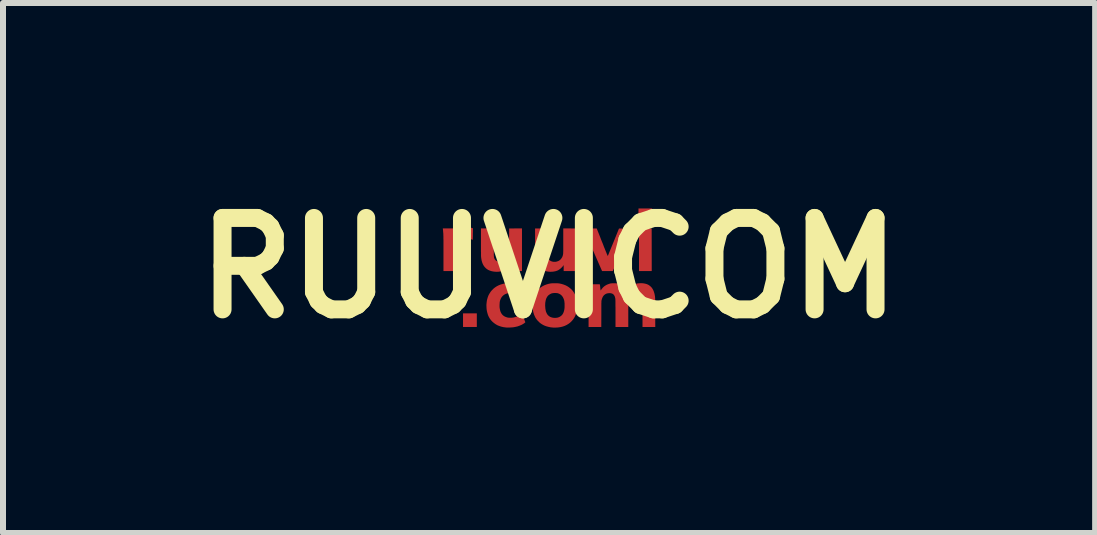
<source format=kicad_pcb>
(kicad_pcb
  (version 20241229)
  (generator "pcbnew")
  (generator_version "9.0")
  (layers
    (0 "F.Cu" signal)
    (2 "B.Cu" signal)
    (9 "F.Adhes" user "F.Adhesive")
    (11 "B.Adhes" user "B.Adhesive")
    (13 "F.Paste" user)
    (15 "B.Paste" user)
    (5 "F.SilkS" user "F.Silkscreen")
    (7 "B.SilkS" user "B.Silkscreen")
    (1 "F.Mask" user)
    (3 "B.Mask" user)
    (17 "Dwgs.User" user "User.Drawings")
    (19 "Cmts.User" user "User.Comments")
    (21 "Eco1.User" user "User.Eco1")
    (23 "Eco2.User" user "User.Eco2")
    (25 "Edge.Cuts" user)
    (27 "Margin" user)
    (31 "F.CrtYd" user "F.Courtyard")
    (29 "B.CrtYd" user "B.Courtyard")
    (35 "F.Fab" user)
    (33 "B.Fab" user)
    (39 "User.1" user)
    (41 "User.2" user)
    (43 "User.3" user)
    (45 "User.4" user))
  (footprint "RUUVICOM"
    (layer "F.Cu")
    (at 6.103 1.418)
    (property "Reference" "RUUVICOM" (at 0 0 0) (layer "F.SilkS") (effects (font (size 1.524 1.524) (thickness 0.3))))
    (attr through_hole)
    (fp_poly (pts (xy -1.204 0.983) (xy -1.434 0.983) (xy -1.434 0.756) (xy -1.204 0.756)) (stroke (width 0) (type solid)) (fill yes) (layer "F.Cu"))
    (fp_poly (pts (xy 1.605 -0.66) (xy 1.711 -0.659) (xy 1.712 0.051) (xy 1.5 0.051) (xy 1.5 -0.66)) (stroke (width 0) (type solid)) (fill yes) (layer "F.Cu"))
    (fp_poly (pts (xy 1.72 -0.894) (xy 1.72 -0.794) (xy 1.607 -0.794) (xy 1.587 -0.793) (xy 1.568 -0.793) (xy 1.551 -0.793) (xy 1.535 -0.793) (xy 1.521 -0.794) (xy 1.51 -0.794) (xy 1.501 -0.794) (xy 1.495 -0.794) (xy 1.492 -0.794) (xy 1.492 -0.794) (xy 1.492 -0.796) (xy 1.491 -0.801) (xy 1.491 -0.809) (xy 1.491 -0.82) (xy 1.491 -0.833) (xy 1.491 -0.848) (xy 1.491 -0.864) (xy 1.491 -0.882) (xy 1.491 -0.894) (xy 1.491 -0.993) (xy 1.721 -0.993)) (stroke (width 0) (type solid)) (fill yes) (layer "F.Cu"))
    (fp_poly (pts (xy -0.451 0.051) (xy -0.659 0.051) (xy -0.659 -0.05) (xy -0.667 -0.037) (xy -0.678 -0.023) (xy -0.688 -0.011) (xy -0.7 0.001) (xy -0.709 0.009) (xy -0.732 0.025) (xy -0.756 0.039) (xy -0.783 0.05) (xy -0.811 0.057) (xy -0.841 0.062) (xy -0.873 0.063) (xy -0.899 0.062) (xy -0.931 0.058) (xy -0.961 0.052) (xy -0.988 0.043) (xy -1.013 0.032) (xy -1.036 0.018) (xy -1.056 0.001) (xy -1.074 -0.018) (xy -1.09 -0.04) (xy -1.103 -0.064) (xy -1.114 -0.091) (xy -1.123 -0.121) (xy -1.129 -0.154) (xy -1.132 -0.177) (xy -1.133 -0.181) (xy -1.133 -0.186) (xy -1.133 -0.192) (xy -1.134 -0.199) (xy -1.134 -0.208) (xy -1.134 -0.218) (xy -1.134 -0.23) (xy -1.134 -0.244) (xy -1.134 -0.26) (xy -1.135 -0.279) (xy -1.135 -0.3) (xy -1.135 -0.323) (xy -1.135 -0.35) (xy -1.135 -0.379) (xy -1.135 -0.412) (xy -1.135 -0.431) (xy -1.135 -0.66) (xy -1.029 -0.66) (xy -0.923 -0.659) (xy -0.922 -0.427) (xy -0.922 -0.393) (xy -0.922 -0.362) (xy -0.922 -0.335) (xy -0.922 -0.31) (xy -0.922 -0.289) (xy -0.921 -0.27) (xy -0.921 -0.253) (xy -0.921 -0.239) (xy -0.921 -0.226) (xy -0.921 -0.215) (xy -0.92 -0.206) (xy -0.92 -0.199) (xy -0.919 -0.192) (xy -0.919 -0.187) (xy -0.918 -0.183) (xy -0.918 -0.179) (xy -0.917 -0.175) (xy -0.916 -0.172) (xy -0.915 -0.169) (xy -0.914 -0.166) (xy -0.913 -0.163) (xy -0.905 -0.147) (xy -0.896 -0.134) (xy -0.883 -0.123) (xy -0.868 -0.114) (xy -0.85 -0.107) (xy -0.848 -0.107) (xy -0.839 -0.105) (xy -0.828 -0.104) (xy -0.815 -0.104) (xy -0.802 -0.104) (xy -0.79 -0.105) (xy -0.779 -0.106) (xy -0.775 -0.107) (xy -0.756 -0.113) (xy -0.738 -0.122) (xy -0.722 -0.133) (xy -0.716 -0.138) (xy -0.703 -0.152) (xy -0.691 -0.167) (xy -0.683 -0.183) (xy -0.675 -0.201) (xy -0.671 -0.214) (xy -0.667 -0.231) (xy -0.666 -0.445) (xy -0.665 -0.659) (xy -0.558 -0.66) (xy -0.451 -0.66)) (stroke (width 0) (type solid)) (fill yes) (layer "F.Cu"))
    (fp_poly (pts (xy 0.852 -0.516) (xy 0.861 -0.492) (xy 0.871 -0.466) (xy 0.881 -0.441) (xy 0.892 -0.415) (xy 0.902 -0.39) (xy 0.911 -0.365) (xy 0.92 -0.342) (xy 0.929 -0.321) (xy 0.936 -0.302) (xy 0.943 -0.286) (xy 0.943 -0.285) (xy 0.952 -0.264) (xy 0.959 -0.246) (xy 0.965 -0.231) (xy 0.97 -0.22) (xy 0.974 -0.211) (xy 0.977 -0.205) (xy 0.979 -0.201) (xy 0.98 -0.2) (xy 0.98 -0.2) (xy 0.98 -0.202) (xy 0.983 -0.207) (xy 0.986 -0.215) (xy 0.99 -0.226) (xy 0.996 -0.239) (xy 1.002 -0.254) (xy 1.009 -0.272) (xy 1.017 -0.292) (xy 1.026 -0.313) (xy 1.035 -0.336) (xy 1.045 -0.36) (xy 1.056 -0.386) (xy 1.066 -0.412) (xy 1.074 -0.43) (xy 1.166 -0.658) (xy 1.271 -0.658) (xy 1.291 -0.658) (xy 1.309 -0.658) (xy 1.326 -0.658) (xy 1.341 -0.658) (xy 1.353 -0.658) (xy 1.363 -0.658) (xy 1.37 -0.657) (xy 1.374 -0.657) (xy 1.375 -0.657) (xy 1.375 -0.655) (xy 1.372 -0.65) (xy 1.369 -0.643) (xy 1.364 -0.632) (xy 1.359 -0.619) (xy 1.352 -0.603) (xy 1.344 -0.585) (xy 1.335 -0.565) (xy 1.325 -0.542) (xy 1.314 -0.518) (xy 1.303 -0.492) (xy 1.291 -0.465) (xy 1.278 -0.435) (xy 1.264 -0.405) (xy 1.25 -0.373) (xy 1.236 -0.341) (xy 1.221 -0.307) (xy 1.219 -0.302) (xy 1.063 0.051) (xy 0.974 0.051) (xy 0.884 0.051) (xy 0.73 -0.3) (xy 0.716 -0.334) (xy 0.701 -0.367) (xy 0.688 -0.398) (xy 0.674 -0.429) (xy 0.661 -0.458) (xy 0.649 -0.486) (xy 0.638 -0.513) (xy 0.627 -0.537) (xy 0.617 -0.56) (xy 0.608 -0.58) (xy 0.6 -0.599) (xy 0.593 -0.615) (xy 0.587 -0.629) (xy 0.583 -0.64) (xy 0.579 -0.648) (xy 0.577 -0.653) (xy 0.576 -0.655) (xy 0.576 -0.655) (xy 0.576 -0.656) (xy 0.576 -0.657) (xy 0.577 -0.657) (xy 0.579 -0.657) (xy 0.582 -0.658) (xy 0.587 -0.658) (xy 0.594 -0.658) (xy 0.602 -0.658) (xy 0.612 -0.658) (xy 0.626 -0.658) (xy 0.641 -0.659) (xy 0.66 -0.659) (xy 0.682 -0.659) (xy 0.795 -0.659)) (stroke (width 0) (type solid)) (fill yes) (layer "F.Cu"))
    (fp_poly (pts (xy 0.344 -0.66) (xy 0.451 -0.659) (xy 0.451 -0.304) (xy 0.451 0.051) (xy 0.244 0.051) (xy 0.244 0.001) (xy 0.243 -0.05) (xy 0.236 -0.038) (xy 0.226 -0.025) (xy 0.213 -0.011) (xy 0.199 0.003) (xy 0.184 0.015) (xy 0.168 0.027) (xy 0.153 0.036) (xy 0.15 0.038) (xy 0.128 0.047) (xy 0.105 0.054) (xy 0.079 0.059) (xy 0.052 0.062) (xy 0.024 0.063) (xy 0.004 0.062) (xy -0.029 0.058) (xy -0.059 0.052) (xy -0.086 0.043) (xy -0.111 0.032) (xy -0.134 0.018) (xy -0.154 0.001) (xy -0.172 -0.018) (xy -0.188 -0.04) (xy -0.201 -0.064) (xy -0.212 -0.092) (xy -0.221 -0.122) (xy -0.224 -0.137) (xy -0.225 -0.143) (xy -0.226 -0.149) (xy -0.227 -0.155) (xy -0.228 -0.161) (xy -0.229 -0.167) (xy -0.23 -0.173) (xy -0.23 -0.18) (xy -0.231 -0.188) (xy -0.231 -0.197) (xy -0.232 -0.207) (xy -0.232 -0.219) (xy -0.232 -0.232) (xy -0.232 -0.247) (xy -0.233 -0.264) (xy -0.233 -0.284) (xy -0.233 -0.306) (xy -0.233 -0.33) (xy -0.233 -0.358) (xy -0.233 -0.388) (xy -0.233 -0.422) (xy -0.233 -0.659) (xy -0.127 -0.66) (xy -0.021 -0.66) (xy -0.021 -0.431) (xy -0.021 -0.397) (xy -0.021 -0.368) (xy -0.021 -0.341) (xy -0.02 -0.317) (xy -0.02 -0.296) (xy -0.02 -0.278) (xy -0.02 -0.262) (xy -0.02 -0.248) (xy -0.02 -0.236) (xy -0.02 -0.226) (xy -0.019 -0.218) (xy -0.019 -0.211) (xy -0.019 -0.205) (xy -0.019 -0.2) (xy -0.018 -0.196) (xy -0.018 -0.193) (xy -0.018 -0.19) (xy -0.017 -0.188) (xy -0.017 -0.186) (xy -0.016 -0.184) (xy -0.012 -0.17) (xy -0.007 -0.156) (xy -0.001 -0.144) (xy 0.006 -0.135) (xy 0.01 -0.13) (xy 0.022 -0.121) (xy 0.037 -0.113) (xy 0.054 -0.107) (xy 0.072 -0.104) (xy 0.092 -0.103) (xy 0.111 -0.104) (xy 0.131 -0.108) (xy 0.139 -0.111) (xy 0.158 -0.118) (xy 0.176 -0.129) (xy 0.192 -0.143) (xy 0.205 -0.159) (xy 0.217 -0.177) (xy 0.226 -0.198) (xy 0.229 -0.207) (xy 0.23 -0.212) (xy 0.231 -0.216) (xy 0.232 -0.22) (xy 0.233 -0.225) (xy 0.234 -0.23) (xy 0.235 -0.235) (xy 0.235 -0.242) (xy 0.236 -0.25) (xy 0.236 -0.259) (xy 0.236 -0.27) (xy 0.237 -0.282) (xy 0.237 -0.296) (xy 0.237 -0.313) (xy 0.237 -0.332) (xy 0.237 -0.353) (xy 0.237 -0.377) (xy 0.237 -0.405) (xy 0.237 -0.435) (xy 0.237 -0.457) (xy 0.237 -0.66)) (stroke (width 0) (type solid)) (fill yes) (layer "F.Cu"))
    (fp_poly (pts (xy -1.333 -0.675) (xy -1.324 -0.675) (xy -1.317 -0.675) (xy -1.311 -0.674) (xy -1.305 -0.673) (xy -1.299 -0.671) (xy -1.296 -0.671) (xy -1.288 -0.668) (xy -1.281 -0.666) (xy -1.276 -0.665) (xy -1.274 -0.664) (xy -1.269 -0.662) (xy -1.269 -0.608) (xy -1.269 -0.592) (xy -1.27 -0.574) (xy -1.27 -0.556) (xy -1.27 -0.539) (xy -1.27 -0.523) (xy -1.271 -0.512) (xy -1.271 -0.498) (xy -1.271 -0.488) (xy -1.272 -0.48) (xy -1.272 -0.475) (xy -1.273 -0.472) (xy -1.273 -0.47) (xy -1.274 -0.47) (xy -1.275 -0.47) (xy -1.284 -0.474) (xy -1.295 -0.478) (xy -1.308 -0.482) (xy -1.321 -0.485) (xy -1.333 -0.488) (xy -1.342 -0.49) (xy -1.362 -0.492) (xy -1.383 -0.492) (xy -1.404 -0.49) (xy -1.424 -0.487) (xy -1.442 -0.483) (xy -1.453 -0.479) (xy -1.473 -0.469) (xy -1.491 -0.456) (xy -1.507 -0.441) (xy -1.52 -0.423) (xy -1.531 -0.403) (xy -1.539 -0.38) (xy -1.543 -0.367) (xy -1.543 -0.365) (xy -1.544 -0.362) (xy -1.544 -0.359) (xy -1.545 -0.356) (xy -1.545 -0.352) (xy -1.545 -0.348) (xy -1.545 -0.342) (xy -1.546 -0.335) (xy -1.546 -0.327) (xy -1.546 -0.317) (xy -1.546 -0.304) (xy -1.546 -0.29) (xy -1.546 -0.274) (xy -1.547 -0.255) (xy -1.547 -0.234) (xy -1.547 -0.209) (xy -1.547 -0.181) (xy -1.547 -0.15) (xy -1.547 -0.15) (xy -1.547 0.051) (xy -1.76 0.051) (xy -1.76 -0.226) (xy -1.76 -0.262) (xy -1.76 -0.297) (xy -1.76 -0.33) (xy -1.76 -0.362) (xy -1.76 -0.392) (xy -1.76 -0.42) (xy -1.76 -0.445) (xy -1.76 -0.468) (xy -1.761 -0.489) (xy -1.761 -0.507) (xy -1.761 -0.522) (xy -1.761 -0.534) (xy -1.762 -0.543) (xy -1.762 -0.545) (xy -1.762 -0.562) (xy -1.763 -0.58) (xy -1.765 -0.598) (xy -1.766 -0.614) (xy -1.767 -0.629) (xy -1.769 -0.642) (xy -1.77 -0.652) (xy -1.771 -0.66) (xy -1.672 -0.66) (xy -1.653 -0.66) (xy -1.636 -0.66) (xy -1.62 -0.66) (xy -1.606 -0.66) (xy -1.594 -0.66) (xy -1.584 -0.66) (xy -1.577 -0.659) (xy -1.572 -0.659) (xy -1.572 -0.659) (xy -1.571 -0.657) (xy -1.57 -0.652) (xy -1.569 -0.644) (xy -1.568 -0.634) (xy -1.567 -0.622) (xy -1.565 -0.609) (xy -1.564 -0.603) (xy -1.563 -0.589) (xy -1.561 -0.576) (xy -1.56 -0.565) (xy -1.559 -0.556) (xy -1.558 -0.549) (xy -1.557 -0.545) (xy -1.557 -0.544) (xy -1.556 -0.543) (xy -1.555 -0.544) (xy -1.553 -0.547) (xy -1.55 -0.553) (xy -1.546 -0.559) (xy -1.537 -0.576) (xy -1.527 -0.591) (xy -1.515 -0.604) (xy -1.505 -0.614) (xy -1.485 -0.632) (xy -1.462 -0.647) (xy -1.436 -0.659) (xy -1.409 -0.668) (xy -1.393 -0.672) (xy -1.386 -0.673) (xy -1.379 -0.674) (xy -1.37 -0.675) (xy -1.359 -0.675) (xy -1.346 -0.675)) (stroke (width 0) (type solid)) (fill yes) (layer "F.Cu"))
    (fp_poly (pts (xy -0.652 0.254) (xy -0.631 0.254) (xy -0.613 0.255) (xy -0.597 0.257) (xy -0.582 0.259) (xy -0.566 0.262) (xy -0.548 0.267) (xy -0.545 0.267) (xy -0.519 0.275) (xy -0.493 0.284) (xy -0.469 0.294) (xy -0.447 0.305) (xy -0.426 0.317) (xy -0.409 0.329) (xy -0.405 0.333) (xy -0.395 0.341) (xy -0.422 0.413) (xy -0.428 0.428) (xy -0.434 0.442) (xy -0.438 0.455) (xy -0.443 0.466) (xy -0.446 0.475) (xy -0.449 0.482) (xy -0.45 0.486) (xy -0.451 0.487) (xy -0.452 0.487) (xy -0.455 0.486) (xy -0.458 0.484) (xy -0.478 0.469) (xy -0.501 0.456) (xy -0.525 0.444) (xy -0.551 0.434) (xy -0.576 0.426) (xy -0.601 0.421) (xy -0.61 0.419) (xy -0.624 0.418) (xy -0.639 0.418) (xy -0.655 0.418) (xy -0.671 0.419) (xy -0.685 0.421) (xy -0.697 0.424) (xy -0.698 0.424) (xy -0.72 0.431) (xy -0.739 0.44) (xy -0.756 0.451) (xy -0.773 0.466) (xy -0.777 0.47) (xy -0.79 0.486) (xy -0.801 0.504) (xy -0.81 0.524) (xy -0.818 0.547) (xy -0.82 0.557) (xy -0.822 0.568) (xy -0.823 0.582) (xy -0.824 0.597) (xy -0.825 0.614) (xy -0.825 0.63) (xy -0.825 0.646) (xy -0.824 0.661) (xy -0.822 0.673) (xy -0.817 0.7) (xy -0.81 0.725) (xy -0.8 0.747) (xy -0.788 0.767) (xy -0.773 0.784) (xy -0.756 0.798) (xy -0.736 0.81) (xy -0.714 0.819) (xy -0.69 0.826) (xy -0.678 0.828) (xy -0.662 0.829) (xy -0.646 0.829) (xy -0.628 0.829) (xy -0.612 0.828) (xy -0.597 0.826) (xy -0.591 0.825) (xy -0.559 0.816) (xy -0.527 0.805) (xy -0.497 0.79) (xy -0.469 0.772) (xy -0.458 0.764) (xy -0.452 0.759) (xy -0.45 0.763) (xy -0.449 0.766) (xy -0.447 0.771) (xy -0.443 0.779) (xy -0.44 0.789) (xy -0.435 0.801) (xy -0.43 0.815) (xy -0.424 0.83) (xy -0.421 0.836) (xy -0.395 0.905) (xy -0.402 0.911) (xy -0.41 0.918) (xy -0.421 0.926) (xy -0.433 0.933) (xy -0.446 0.941) (xy -0.46 0.948) (xy -0.462 0.949) (xy -0.493 0.962) (xy -0.527 0.974) (xy -0.563 0.982) (xy -0.595 0.988) (xy -0.606 0.989) (xy -0.619 0.99) (xy -0.635 0.991) (xy -0.651 0.992) (xy -0.668 0.992) (xy -0.685 0.993) (xy -0.7 0.992) (xy -0.713 0.992) (xy -0.721 0.991) (xy -0.759 0.986) (xy -0.795 0.978) (xy -0.829 0.967) (xy -0.861 0.954) (xy -0.89 0.937) (xy -0.917 0.918) (xy -0.942 0.897) (xy -0.965 0.873) (xy -0.985 0.847) (xy -0.986 0.846) (xy -0.994 0.832) (xy -1.003 0.816) (xy -1.011 0.8) (xy -1.018 0.783) (xy -1.019 0.78) (xy -1.028 0.75) (xy -1.036 0.718) (xy -1.041 0.684) (xy -1.043 0.65) (xy -1.044 0.615) (xy -1.041 0.58) (xy -1.037 0.547) (xy -1.031 0.52) (xy -1.021 0.486) (xy -1.008 0.453) (xy -0.991 0.423) (xy -0.973 0.395) (xy -0.951 0.369) (xy -0.927 0.345) (xy -0.901 0.324) (xy -0.872 0.305) (xy -0.841 0.289) (xy -0.808 0.276) (xy -0.774 0.266) (xy -0.763 0.263) (xy -0.744 0.259) (xy -0.726 0.257) (xy -0.707 0.255) (xy -0.687 0.254) (xy -0.665 0.253)) (stroke (width 0) (type solid)) (fill yes) (layer "F.Cu"))
    (fp_poly (pts (xy 0.116 0.254) (xy 0.131 0.254) (xy 0.144 0.255) (xy 0.156 0.256) (xy 0.167 0.257) (xy 0.178 0.259) (xy 0.189 0.261) (xy 0.201 0.264) (xy 0.207 0.265) (xy 0.24 0.275) (xy 0.272 0.287) (xy 0.302 0.302) (xy 0.33 0.32) (xy 0.355 0.34) (xy 0.379 0.362) (xy 0.399 0.386) (xy 0.418 0.415) (xy 0.434 0.445) (xy 0.448 0.477) (xy 0.458 0.512) (xy 0.466 0.548) (xy 0.467 0.556) (xy 0.468 0.567) (xy 0.469 0.581) (xy 0.47 0.597) (xy 0.47 0.614) (xy 0.47 0.631) (xy 0.47 0.649) (xy 0.469 0.664) (xy 0.468 0.678) (xy 0.467 0.69) (xy 0.467 0.69) (xy 0.46 0.727) (xy 0.451 0.76) (xy 0.439 0.792) (xy 0.425 0.821) (xy 0.408 0.848) (xy 0.397 0.863) (xy 0.375 0.888) (xy 0.351 0.911) (xy 0.324 0.931) (xy 0.296 0.948) (xy 0.265 0.963) (xy 0.232 0.975) (xy 0.196 0.984) (xy 0.159 0.99) (xy 0.145 0.991) (xy 0.138 0.992) (xy 0.128 0.992) (xy 0.116 0.993) (xy 0.103 0.993) (xy 0.09 0.993) (xy 0.078 0.993) (xy 0.068 0.993) (xy 0.06 0.992) (xy 0.058 0.992) (xy 0.023 0.988) (xy -0.01 0.981) (xy -0.04 0.973) (xy -0.069 0.963) (xy -0.095 0.951) (xy -0.121 0.936) (xy -0.146 0.919) (xy -0.158 0.909) (xy -0.17 0.897) (xy -0.183 0.884) (xy -0.196 0.871) (xy -0.206 0.858) (xy -0.211 0.851) (xy -0.227 0.827) (xy -0.24 0.8) (xy -0.252 0.771) (xy -0.261 0.74) (xy -0.269 0.708) (xy -0.273 0.679) (xy -0.274 0.669) (xy -0.274 0.656) (xy -0.275 0.641) (xy -0.275 0.628) (xy -0.065 0.628) (xy -0.063 0.653) (xy -0.061 0.678) (xy -0.057 0.701) (xy -0.053 0.721) (xy -0.05 0.729) (xy -0.041 0.751) (xy -0.03 0.771) (xy -0.016 0.788) (xy -0.000167 0.802) (xy 0.018 0.814) (xy 0.038 0.822) (xy 0.061 0.828) (xy 0.073 0.83) (xy 0.085 0.831) (xy 0.099 0.831) (xy 0.114 0.831) (xy 0.128 0.829) (xy 0.139 0.828) (xy 0.161 0.821) (xy 0.18 0.812) (xy 0.198 0.8) (xy 0.214 0.786) (xy 0.227 0.769) (xy 0.238 0.749) (xy 0.246 0.727) (xy 0.249 0.718) (xy 0.252 0.705) (xy 0.255 0.693) (xy 0.256 0.682) (xy 0.258 0.67) (xy 0.259 0.657) (xy 0.259 0.642) (xy 0.259 0.624) (xy 0.259 0.624) (xy 0.259 0.605) (xy 0.259 0.588) (xy 0.257 0.573) (xy 0.256 0.56) (xy 0.254 0.548) (xy 0.251 0.535) (xy 0.249 0.528) (xy 0.24 0.505) (xy 0.23 0.485) (xy 0.217 0.466) (xy 0.202 0.451) (xy 0.185 0.438) (xy 0.166 0.428) (xy 0.165 0.428) (xy 0.156 0.424) (xy 0.147 0.421) (xy 0.138 0.419) (xy 0.128 0.418) (xy 0.117 0.417) (xy 0.103 0.417) (xy 0.098 0.417) (xy 0.083 0.417) (xy 0.07 0.418) (xy 0.058 0.42) (xy 0.048 0.422) (xy 0.038 0.425) (xy 0.028 0.43) (xy 0.022 0.433) (xy 0.004 0.444) (xy -0.013 0.457) (xy -0.026 0.472) (xy -0.038 0.491) (xy -0.048 0.512) (xy -0.055 0.535) (xy -0.059 0.556) (xy -0.063 0.579) (xy -0.064 0.603) (xy -0.065 0.628) (xy -0.275 0.628) (xy -0.275 0.625) (xy -0.275 0.61) (xy -0.275 0.595) (xy -0.274 0.581) (xy -0.273 0.57) (xy -0.273 0.566) (xy -0.267 0.528) (xy -0.258 0.493) (xy -0.246 0.46) (xy -0.232 0.43) (xy -0.215 0.401) (xy -0.195 0.375) (xy -0.173 0.351) (xy -0.147 0.329) (xy -0.129 0.317) (xy -0.102 0.3) (xy -0.072 0.285) (xy -0.042 0.274) (xy -0.009 0.264) (xy 0.022 0.258) (xy 0.029 0.257) (xy 0.036 0.256) (xy 0.043 0.255) (xy 0.051 0.255) (xy 0.06 0.254) (xy 0.07 0.254) (xy 0.084 0.254) (xy 0.097 0.254)) (stroke (width 0) (type solid)) (fill yes) (layer "F.Cu"))
    (fp_poly (pts (xy 1.557 0.254) (xy 1.57 0.255) (xy 1.57 0.255) (xy 1.599 0.26) (xy 1.625 0.267) (xy 1.65 0.277) (xy 1.671 0.29) (xy 1.691 0.306) (xy 1.709 0.324) (xy 1.724 0.345) (xy 1.735 0.365) (xy 1.744 0.384) (xy 1.751 0.406) (xy 1.758 0.429) (xy 1.763 0.455) (xy 1.766 0.473) (xy 1.767 0.476) (xy 1.767 0.479) (xy 1.767 0.483) (xy 1.768 0.488) (xy 1.768 0.493) (xy 1.768 0.5) (xy 1.769 0.508) (xy 1.769 0.517) (xy 1.769 0.528) (xy 1.769 0.541) (xy 1.769 0.556) (xy 1.769 0.572) (xy 1.769 0.592) (xy 1.77 0.614) (xy 1.77 0.638) (xy 1.77 0.666) (xy 1.77 0.697) (xy 1.77 0.731) (xy 1.77 0.738) (xy 1.771 0.983) (xy 1.558 0.983) (xy 1.558 0.759) (xy 1.558 0.723) (xy 1.558 0.69) (xy 1.558 0.659) (xy 1.558 0.632) (xy 1.558 0.607) (xy 1.557 0.585) (xy 1.557 0.565) (xy 1.557 0.55) (xy 1.557 0.537) (xy 1.557 0.527) (xy 1.556 0.521) (xy 1.556 0.52) (xy 1.552 0.497) (xy 1.547 0.478) (xy 1.54 0.461) (xy 1.53 0.447) (xy 1.519 0.437) (xy 1.507 0.429) (xy 1.495 0.424) (xy 1.483 0.421) (xy 1.471 0.42) (xy 1.455 0.419) (xy 1.454 0.419) (xy 1.433 0.421) (xy 1.414 0.425) (xy 1.397 0.432) (xy 1.381 0.442) (xy 1.371 0.45) (xy 1.357 0.465) (xy 1.345 0.482) (xy 1.336 0.501) (xy 1.328 0.523) (xy 1.325 0.534) (xy 1.325 0.536) (xy 1.324 0.539) (xy 1.324 0.541) (xy 1.324 0.544) (xy 1.323 0.548) (xy 1.323 0.552) (xy 1.323 0.558) (xy 1.322 0.565) (xy 1.322 0.573) (xy 1.322 0.582) (xy 1.322 0.594) (xy 1.322 0.607) (xy 1.322 0.623) (xy 1.322 0.641) (xy 1.321 0.662) (xy 1.321 0.685) (xy 1.321 0.712) (xy 1.321 0.741) (xy 1.321 0.766) (xy 1.321 0.983) (xy 1.108 0.983) (xy 1.108 0.752) (xy 1.108 0.718) (xy 1.108 0.688) (xy 1.108 0.661) (xy 1.107 0.637) (xy 1.107 0.616) (xy 1.107 0.597) (xy 1.107 0.581) (xy 1.107 0.567) (xy 1.107 0.555) (xy 1.107 0.545) (xy 1.106 0.536) (xy 1.106 0.529) (xy 1.106 0.523) (xy 1.106 0.518) (xy 1.105 0.514) (xy 1.105 0.511) (xy 1.105 0.508) (xy 1.104 0.506) (xy 1.104 0.506) (xy 1.099 0.485) (xy 1.093 0.468) (xy 1.084 0.453) (xy 1.075 0.442) (xy 1.063 0.432) (xy 1.05 0.426) (xy 1.047 0.425) (xy 1.029 0.42) (xy 1.01 0.419) (xy 0.99 0.42) (xy 0.971 0.423) (xy 0.952 0.429) (xy 0.936 0.438) (xy 0.933 0.44) (xy 0.919 0.451) (xy 0.906 0.465) (xy 0.896 0.481) (xy 0.887 0.5) (xy 0.88 0.521) (xy 0.876 0.536) (xy 0.875 0.539) (xy 0.875 0.542) (xy 0.874 0.544) (xy 0.874 0.548) (xy 0.874 0.551) (xy 0.873 0.556) (xy 0.873 0.562) (xy 0.873 0.569) (xy 0.873 0.577) (xy 0.872 0.587) (xy 0.872 0.598) (xy 0.872 0.612) (xy 0.872 0.628) (xy 0.872 0.646) (xy 0.872 0.667) (xy 0.872 0.691) (xy 0.872 0.718) (xy 0.872 0.748) (xy 0.872 0.768) (xy 0.871 0.983) (xy 0.659 0.983) (xy 0.659 0.701) (xy 0.659 0.659) (xy 0.659 0.62) (xy 0.658 0.585) (xy 0.658 0.552) (xy 0.658 0.522) (xy 0.658 0.495) (xy 0.658 0.47) (xy 0.658 0.448) (xy 0.657 0.428) (xy 0.657 0.409) (xy 0.657 0.393) (xy 0.656 0.378) (xy 0.656 0.364) (xy 0.655 0.352) (xy 0.655 0.341) (xy 0.654 0.331) (xy 0.653 0.321) (xy 0.652 0.312) (xy 0.652 0.303) (xy 0.651 0.296) (xy 0.65 0.287) (xy 0.649 0.28) (xy 0.648 0.275) (xy 0.648 0.272) (xy 0.648 0.272) (xy 0.65 0.272) (xy 0.655 0.272) (xy 0.662 0.271) (xy 0.673 0.271) (xy 0.686 0.271) (xy 0.7 0.271) (xy 0.717 0.271) (xy 0.734 0.271) (xy 0.748 0.271) (xy 0.766 0.271) (xy 0.784 0.271) (xy 0.8 0.271) (xy 0.814 0.271) (xy 0.826 0.271) (xy 0.836 0.272) (xy 0.843 0.272) (xy 0.847 0.272) (xy 0.848 0.272) (xy 0.848 0.274) (xy 0.849 0.279) (xy 0.849 0.287) (xy 0.851 0.297) (xy 0.852 0.309) (xy 0.853 0.321) (xy 0.854 0.326) (xy 0.855 0.341) (xy 0.857 0.353) (xy 0.858 0.363) (xy 0.859 0.369) (xy 0.86 0.373) (xy 0.861 0.375) (xy 0.861 0.374) (xy 0.878 0.35) (xy 0.896 0.328) (xy 0.917 0.308) (xy 0.94 0.292) (xy 0.965 0.278) (xy 0.993 0.267) (xy 1.022 0.258) (xy 1.028 0.257) (xy 1.037 0.256) (xy 1.049 0.255) (xy 1.063 0.254) (xy 1.078 0.254) (xy 1.093 0.254) (xy 1.108 0.254) (xy 1.122 0.255) (xy 1.133 0.256) (xy 1.14 0.257) (xy 1.168 0.264) (xy 1.193 0.274) (xy 1.215 0.287) (xy 1.236 0.302) (xy 1.254 0.32) (xy 1.27 0.341) (xy 1.284 0.364) (xy 1.286 0.368) (xy 1.294 0.384) (xy 1.303 0.371) (xy 1.321 0.347) (xy 1.342 0.326) (xy 1.365 0.306) (xy 1.39 0.29) (xy 1.417 0.276) (xy 1.446 0.265) (xy 1.471 0.258) (xy 1.482 0.256) (xy 1.496 0.255) (xy 1.511 0.254) (xy 1.527 0.253) (xy 1.543 0.253)) (stroke (width 0) (type solid)) (fill yes) (layer "F.Cu"))
    (fp_poly (pts (xy -1.204 0.983) (xy -1.434 0.983) (xy -1.434 0.756) (xy -1.204 0.756)) (stroke (width 0) (type solid)) (fill yes) (layer "F.Mask"))
    (fp_poly (pts (xy 1.605 -0.66) (xy 1.711 -0.659) (xy 1.712 0.051) (xy 1.5 0.051) (xy 1.5 -0.66)) (stroke (width 0) (type solid)) (fill yes) (layer "F.Mask"))
    (fp_poly (pts (xy 1.72 -0.894) (xy 1.72 -0.794) (xy 1.607 -0.794) (xy 1.587 -0.793) (xy 1.568 -0.793) (xy 1.551 -0.793) (xy 1.535 -0.793) (xy 1.521 -0.794) (xy 1.51 -0.794) (xy 1.501 -0.794) (xy 1.495 -0.794) (xy 1.492 -0.794) (xy 1.492 -0.794) (xy 1.492 -0.796) (xy 1.491 -0.801) (xy 1.491 -0.809) (xy 1.491 -0.82) (xy 1.491 -0.833) (xy 1.491 -0.848) (xy 1.491 -0.864) (xy 1.491 -0.882) (xy 1.491 -0.894) (xy 1.491 -0.993) (xy 1.721 -0.993)) (stroke (width 0) (type solid)) (fill yes) (layer "F.Mask"))
    (fp_poly (pts (xy -0.451 0.051) (xy -0.659 0.051) (xy -0.659 -0.05) (xy -0.667 -0.037) (xy -0.678 -0.023) (xy -0.688 -0.011) (xy -0.7 0.001) (xy -0.709 0.009) (xy -0.732 0.025) (xy -0.756 0.039) (xy -0.783 0.05) (xy -0.811 0.057) (xy -0.841 0.062) (xy -0.873 0.063) (xy -0.899 0.062) (xy -0.931 0.058) (xy -0.961 0.052) (xy -0.988 0.043) (xy -1.013 0.032) (xy -1.036 0.018) (xy -1.056 0.001) (xy -1.074 -0.018) (xy -1.09 -0.04) (xy -1.103 -0.064) (xy -1.114 -0.091) (xy -1.123 -0.121) (xy -1.129 -0.154) (xy -1.132 -0.177) (xy -1.133 -0.181) (xy -1.133 -0.186) (xy -1.133 -0.192) (xy -1.134 -0.199) (xy -1.134 -0.208) (xy -1.134 -0.218) (xy -1.134 -0.23) (xy -1.134 -0.244) (xy -1.134 -0.26) (xy -1.135 -0.279) (xy -1.135 -0.3) (xy -1.135 -0.323) (xy -1.135 -0.35) (xy -1.135 -0.379) (xy -1.135 -0.412) (xy -1.135 -0.431) (xy -1.135 -0.66) (xy -1.029 -0.66) (xy -0.923 -0.659) (xy -0.922 -0.427) (xy -0.922 -0.393) (xy -0.922 -0.362) (xy -0.922 -0.335) (xy -0.922 -0.31) (xy -0.922 -0.289) (xy -0.921 -0.27) (xy -0.921 -0.253) (xy -0.921 -0.239) (xy -0.921 -0.226) (xy -0.921 -0.215) (xy -0.92 -0.206) (xy -0.92 -0.199) (xy -0.919 -0.192) (xy -0.919 -0.187) (xy -0.918 -0.183) (xy -0.918 -0.179) (xy -0.917 -0.175) (xy -0.916 -0.172) (xy -0.915 -0.169) (xy -0.914 -0.166) (xy -0.913 -0.163) (xy -0.905 -0.147) (xy -0.896 -0.134) (xy -0.883 -0.123) (xy -0.868 -0.114) (xy -0.85 -0.107) (xy -0.848 -0.107) (xy -0.839 -0.105) (xy -0.828 -0.104) (xy -0.815 -0.104) (xy -0.802 -0.104) (xy -0.79 -0.105) (xy -0.779 -0.106) (xy -0.775 -0.107) (xy -0.756 -0.113) (xy -0.738 -0.122) (xy -0.722 -0.133) (xy -0.716 -0.138) (xy -0.703 -0.152) (xy -0.691 -0.167) (xy -0.683 -0.183) (xy -0.675 -0.201) (xy -0.671 -0.214) (xy -0.667 -0.231) (xy -0.666 -0.445) (xy -0.665 -0.659) (xy -0.558 -0.66) (xy -0.451 -0.66)) (stroke (width 0) (type solid)) (fill yes) (layer "F.Mask"))
    (fp_poly (pts (xy 0.852 -0.516) (xy 0.861 -0.492) (xy 0.871 -0.466) (xy 0.881 -0.441) (xy 0.892 -0.415) (xy 0.902 -0.39) (xy 0.911 -0.365) (xy 0.92 -0.342) (xy 0.929 -0.321) (xy 0.936 -0.302) (xy 0.943 -0.286) (xy 0.943 -0.285) (xy 0.952 -0.264) (xy 0.959 -0.246) (xy 0.965 -0.231) (xy 0.97 -0.22) (xy 0.974 -0.211) (xy 0.977 -0.205) (xy 0.979 -0.201) (xy 0.98 -0.2) (xy 0.98 -0.2) (xy 0.98 -0.202) (xy 0.983 -0.207) (xy 0.986 -0.215) (xy 0.99 -0.226) (xy 0.996 -0.239) (xy 1.002 -0.254) (xy 1.009 -0.272) (xy 1.017 -0.292) (xy 1.026 -0.313) (xy 1.035 -0.336) (xy 1.045 -0.36) (xy 1.056 -0.386) (xy 1.066 -0.412) (xy 1.074 -0.43) (xy 1.166 -0.658) (xy 1.271 -0.658) (xy 1.291 -0.658) (xy 1.309 -0.658) (xy 1.326 -0.658) (xy 1.341 -0.658) (xy 1.353 -0.658) (xy 1.363 -0.658) (xy 1.37 -0.657) (xy 1.374 -0.657) (xy 1.375 -0.657) (xy 1.375 -0.655) (xy 1.372 -0.65) (xy 1.369 -0.643) (xy 1.364 -0.632) (xy 1.359 -0.619) (xy 1.352 -0.603) (xy 1.344 -0.585) (xy 1.335 -0.565) (xy 1.325 -0.542) (xy 1.314 -0.518) (xy 1.303 -0.492) (xy 1.291 -0.465) (xy 1.278 -0.435) (xy 1.264 -0.405) (xy 1.25 -0.373) (xy 1.236 -0.341) (xy 1.221 -0.307) (xy 1.219 -0.302) (xy 1.063 0.051) (xy 0.974 0.051) (xy 0.884 0.051) (xy 0.73 -0.3) (xy 0.716 -0.334) (xy 0.701 -0.367) (xy 0.688 -0.398) (xy 0.674 -0.429) (xy 0.661 -0.458) (xy 0.649 -0.486) (xy 0.638 -0.513) (xy 0.627 -0.537) (xy 0.617 -0.56) (xy 0.608 -0.58) (xy 0.6 -0.599) (xy 0.593 -0.615) (xy 0.587 -0.629) (xy 0.583 -0.64) (xy 0.579 -0.648) (xy 0.577 -0.653) (xy 0.576 -0.655) (xy 0.576 -0.655) (xy 0.576 -0.656) (xy 0.576 -0.657) (xy 0.577 -0.657) (xy 0.579 -0.657) (xy 0.582 -0.658) (xy 0.587 -0.658) (xy 0.594 -0.658) (xy 0.602 -0.658) (xy 0.612 -0.658) (xy 0.626 -0.658) (xy 0.641 -0.659) (xy 0.66 -0.659) (xy 0.682 -0.659) (xy 0.795 -0.659)) (stroke (width 0) (type solid)) (fill yes) (layer "F.Mask"))
    (fp_poly (pts (xy 0.344 -0.66) (xy 0.451 -0.659) (xy 0.451 -0.304) (xy 0.451 0.051) (xy 0.244 0.051) (xy 0.244 0.001) (xy 0.243 -0.05) (xy 0.236 -0.038) (xy 0.226 -0.025) (xy 0.213 -0.011) (xy 0.199 0.003) (xy 0.184 0.015) (xy 0.168 0.027) (xy 0.153 0.036) (xy 0.15 0.038) (xy 0.128 0.047) (xy 0.105 0.054) (xy 0.079 0.059) (xy 0.052 0.062) (xy 0.024 0.063) (xy 0.004 0.062) (xy -0.029 0.058) (xy -0.059 0.052) (xy -0.086 0.043) (xy -0.111 0.032) (xy -0.134 0.018) (xy -0.154 0.001) (xy -0.172 -0.018) (xy -0.188 -0.04) (xy -0.201 -0.064) (xy -0.212 -0.092) (xy -0.221 -0.122) (xy -0.224 -0.137) (xy -0.225 -0.143) (xy -0.226 -0.149) (xy -0.227 -0.155) (xy -0.228 -0.161) (xy -0.229 -0.167) (xy -0.23 -0.173) (xy -0.23 -0.18) (xy -0.231 -0.188) (xy -0.231 -0.197) (xy -0.232 -0.207) (xy -0.232 -0.219) (xy -0.232 -0.232) (xy -0.232 -0.247) (xy -0.233 -0.264) (xy -0.233 -0.284) (xy -0.233 -0.306) (xy -0.233 -0.33) (xy -0.233 -0.358) (xy -0.233 -0.388) (xy -0.233 -0.422) (xy -0.233 -0.659) (xy -0.127 -0.66) (xy -0.021 -0.66) (xy -0.021 -0.431) (xy -0.021 -0.397) (xy -0.021 -0.368) (xy -0.021 -0.341) (xy -0.02 -0.317) (xy -0.02 -0.296) (xy -0.02 -0.278) (xy -0.02 -0.262) (xy -0.02 -0.248) (xy -0.02 -0.236) (xy -0.02 -0.226) (xy -0.019 -0.218) (xy -0.019 -0.211) (xy -0.019 -0.205) (xy -0.019 -0.2) (xy -0.018 -0.196) (xy -0.018 -0.193) (xy -0.018 -0.19) (xy -0.017 -0.188) (xy -0.017 -0.186) (xy -0.016 -0.184) (xy -0.012 -0.17) (xy -0.007 -0.156) (xy -0.001 -0.144) (xy 0.006 -0.135) (xy 0.01 -0.13) (xy 0.022 -0.121) (xy 0.037 -0.113) (xy 0.054 -0.107) (xy 0.072 -0.104) (xy 0.092 -0.103) (xy 0.111 -0.104) (xy 0.131 -0.108) (xy 0.139 -0.111) (xy 0.158 -0.118) (xy 0.176 -0.129) (xy 0.192 -0.143) (xy 0.205 -0.159) (xy 0.217 -0.177) (xy 0.226 -0.198) (xy 0.229 -0.207) (xy 0.23 -0.212) (xy 0.231 -0.216) (xy 0.232 -0.22) (xy 0.233 -0.225) (xy 0.234 -0.23) (xy 0.235 -0.235) (xy 0.235 -0.242) (xy 0.236 -0.25) (xy 0.236 -0.259) (xy 0.236 -0.27) (xy 0.237 -0.282) (xy 0.237 -0.296) (xy 0.237 -0.313) (xy 0.237 -0.332) (xy 0.237 -0.353) (xy 0.237 -0.377) (xy 0.237 -0.405) (xy 0.237 -0.435) (xy 0.237 -0.457) (xy 0.237 -0.66)) (stroke (width 0) (type solid)) (fill yes) (layer "F.Mask"))
    (fp_poly (pts (xy -1.333 -0.675) (xy -1.324 -0.675) (xy -1.317 -0.675) (xy -1.311 -0.674) (xy -1.305 -0.673) (xy -1.299 -0.671) (xy -1.296 -0.671) (xy -1.288 -0.668) (xy -1.281 -0.666) (xy -1.276 -0.665) (xy -1.274 -0.664) (xy -1.269 -0.662) (xy -1.269 -0.608) (xy -1.269 -0.592) (xy -1.27 -0.574) (xy -1.27 -0.556) (xy -1.27 -0.539) (xy -1.27 -0.523) (xy -1.271 -0.512) (xy -1.271 -0.498) (xy -1.271 -0.488) (xy -1.272 -0.48) (xy -1.272 -0.475) (xy -1.273 -0.472) (xy -1.273 -0.47) (xy -1.274 -0.47) (xy -1.275 -0.47) (xy -1.284 -0.474) (xy -1.295 -0.478) (xy -1.308 -0.482) (xy -1.321 -0.485) (xy -1.333 -0.488) (xy -1.342 -0.49) (xy -1.362 -0.492) (xy -1.383 -0.492) (xy -1.404 -0.49) (xy -1.424 -0.487) (xy -1.442 -0.483) (xy -1.453 -0.479) (xy -1.473 -0.469) (xy -1.491 -0.456) (xy -1.507 -0.441) (xy -1.52 -0.423) (xy -1.531 -0.403) (xy -1.539 -0.38) (xy -1.543 -0.367) (xy -1.543 -0.365) (xy -1.544 -0.362) (xy -1.544 -0.359) (xy -1.545 -0.356) (xy -1.545 -0.352) (xy -1.545 -0.348) (xy -1.545 -0.342) (xy -1.546 -0.335) (xy -1.546 -0.327) (xy -1.546 -0.317) (xy -1.546 -0.304) (xy -1.546 -0.29) (xy -1.546 -0.274) (xy -1.547 -0.255) (xy -1.547 -0.234) (xy -1.547 -0.209) (xy -1.547 -0.181) (xy -1.547 -0.15) (xy -1.547 -0.15) (xy -1.547 0.051) (xy -1.76 0.051) (xy -1.76 -0.226) (xy -1.76 -0.262) (xy -1.76 -0.297) (xy -1.76 -0.33) (xy -1.76 -0.362) (xy -1.76 -0.392) (xy -1.76 -0.42) (xy -1.76 -0.445) (xy -1.76 -0.468) (xy -1.761 -0.489) (xy -1.761 -0.507) (xy -1.761 -0.522) (xy -1.761 -0.534) (xy -1.762 -0.543) (xy -1.762 -0.545) (xy -1.762 -0.562) (xy -1.763 -0.58) (xy -1.765 -0.598) (xy -1.766 -0.614) (xy -1.767 -0.629) (xy -1.769 -0.642) (xy -1.77 -0.652) (xy -1.771 -0.66) (xy -1.672 -0.66) (xy -1.653 -0.66) (xy -1.636 -0.66) (xy -1.62 -0.66) (xy -1.606 -0.66) (xy -1.594 -0.66) (xy -1.584 -0.66) (xy -1.577 -0.659) (xy -1.572 -0.659) (xy -1.572 -0.659) (xy -1.571 -0.657) (xy -1.57 -0.652) (xy -1.569 -0.644) (xy -1.568 -0.634) (xy -1.567 -0.622) (xy -1.565 -0.609) (xy -1.564 -0.603) (xy -1.563 -0.589) (xy -1.561 -0.576) (xy -1.56 -0.565) (xy -1.559 -0.556) (xy -1.558 -0.549) (xy -1.557 -0.545) (xy -1.557 -0.544) (xy -1.556 -0.543) (xy -1.555 -0.544) (xy -1.553 -0.547) (xy -1.55 -0.553) (xy -1.546 -0.559) (xy -1.537 -0.576) (xy -1.527 -0.591) (xy -1.515 -0.604) (xy -1.505 -0.614) (xy -1.485 -0.632) (xy -1.462 -0.647) (xy -1.436 -0.659) (xy -1.409 -0.668) (xy -1.393 -0.672) (xy -1.386 -0.673) (xy -1.379 -0.674) (xy -1.37 -0.675) (xy -1.359 -0.675) (xy -1.346 -0.675)) (stroke (width 0) (type solid)) (fill yes) (layer "F.Mask"))
    (fp_poly (pts (xy -0.652 0.254) (xy -0.631 0.254) (xy -0.613 0.255) (xy -0.597 0.257) (xy -0.582 0.259) (xy -0.566 0.262) (xy -0.548 0.267) (xy -0.545 0.267) (xy -0.519 0.275) (xy -0.493 0.284) (xy -0.469 0.294) (xy -0.447 0.305) (xy -0.426 0.317) (xy -0.409 0.329) (xy -0.405 0.333) (xy -0.395 0.341) (xy -0.422 0.413) (xy -0.428 0.428) (xy -0.434 0.442) (xy -0.438 0.455) (xy -0.443 0.466) (xy -0.446 0.475) (xy -0.449 0.482) (xy -0.45 0.486) (xy -0.451 0.487) (xy -0.452 0.487) (xy -0.455 0.486) (xy -0.458 0.484) (xy -0.478 0.469) (xy -0.501 0.456) (xy -0.525 0.444) (xy -0.551 0.434) (xy -0.576 0.426) (xy -0.601 0.421) (xy -0.61 0.419) (xy -0.624 0.418) (xy -0.639 0.418) (xy -0.655 0.418) (xy -0.671 0.419) (xy -0.685 0.421) (xy -0.697 0.424) (xy -0.698 0.424) (xy -0.72 0.431) (xy -0.739 0.44) (xy -0.756 0.451) (xy -0.773 0.466) (xy -0.777 0.47) (xy -0.79 0.486) (xy -0.801 0.504) (xy -0.81 0.524) (xy -0.818 0.547) (xy -0.82 0.557) (xy -0.822 0.568) (xy -0.823 0.582) (xy -0.824 0.597) (xy -0.825 0.614) (xy -0.825 0.63) (xy -0.825 0.646) (xy -0.824 0.661) (xy -0.822 0.673) (xy -0.817 0.7) (xy -0.81 0.725) (xy -0.8 0.747) (xy -0.788 0.767) (xy -0.773 0.784) (xy -0.756 0.798) (xy -0.736 0.81) (xy -0.714 0.819) (xy -0.69 0.826) (xy -0.678 0.828) (xy -0.662 0.829) (xy -0.646 0.829) (xy -0.628 0.829) (xy -0.612 0.828) (xy -0.597 0.826) (xy -0.591 0.825) (xy -0.559 0.816) (xy -0.527 0.805) (xy -0.497 0.79) (xy -0.469 0.772) (xy -0.458 0.764) (xy -0.452 0.759) (xy -0.45 0.763) (xy -0.449 0.766) (xy -0.447 0.771) (xy -0.443 0.779) (xy -0.44 0.789) (xy -0.435 0.801) (xy -0.43 0.815) (xy -0.424 0.83) (xy -0.421 0.836) (xy -0.395 0.905) (xy -0.402 0.911) (xy -0.41 0.918) (xy -0.421 0.926) (xy -0.433 0.933) (xy -0.446 0.941) (xy -0.46 0.948) (xy -0.462 0.949) (xy -0.493 0.962) (xy -0.527 0.974) (xy -0.563 0.982) (xy -0.595 0.988) (xy -0.606 0.989) (xy -0.619 0.99) (xy -0.635 0.991) (xy -0.651 0.992) (xy -0.668 0.992) (xy -0.685 0.993) (xy -0.7 0.992) (xy -0.713 0.992) (xy -0.721 0.991) (xy -0.759 0.986) (xy -0.795 0.978) (xy -0.829 0.967) (xy -0.861 0.954) (xy -0.89 0.937) (xy -0.917 0.918) (xy -0.942 0.897) (xy -0.965 0.873) (xy -0.985 0.847) (xy -0.986 0.846) (xy -0.994 0.832) (xy -1.003 0.816) (xy -1.011 0.8) (xy -1.018 0.783) (xy -1.019 0.78) (xy -1.028 0.75) (xy -1.036 0.718) (xy -1.041 0.684) (xy -1.043 0.65) (xy -1.044 0.615) (xy -1.041 0.58) (xy -1.037 0.547) (xy -1.031 0.52) (xy -1.021 0.486) (xy -1.008 0.453) (xy -0.991 0.423) (xy -0.973 0.395) (xy -0.951 0.369) (xy -0.927 0.345) (xy -0.901 0.324) (xy -0.872 0.305) (xy -0.841 0.289) (xy -0.808 0.276) (xy -0.774 0.266) (xy -0.763 0.263) (xy -0.744 0.259) (xy -0.726 0.257) (xy -0.707 0.255) (xy -0.687 0.254) (xy -0.665 0.253)) (stroke (width 0) (type solid)) (fill yes) (layer "F.Mask"))
    (fp_poly (pts (xy 0.116 0.254) (xy 0.131 0.254) (xy 0.144 0.255) (xy 0.156 0.256) (xy 0.167 0.257) (xy 0.178 0.259) (xy 0.189 0.261) (xy 0.201 0.264) (xy 0.207 0.265) (xy 0.24 0.275) (xy 0.272 0.287) (xy 0.302 0.302) (xy 0.33 0.32) (xy 0.355 0.34) (xy 0.379 0.362) (xy 0.399 0.386) (xy 0.418 0.415) (xy 0.434 0.445) (xy 0.448 0.477) (xy 0.458 0.512) (xy 0.466 0.548) (xy 0.467 0.556) (xy 0.468 0.567) (xy 0.469 0.581) (xy 0.47 0.597) (xy 0.47 0.614) (xy 0.47 0.631) (xy 0.47 0.649) (xy 0.469 0.664) (xy 0.468 0.678) (xy 0.467 0.69) (xy 0.467 0.69) (xy 0.46 0.727) (xy 0.451 0.76) (xy 0.439 0.792) (xy 0.425 0.821) (xy 0.408 0.848) (xy 0.397 0.863) (xy 0.375 0.888) (xy 0.351 0.911) (xy 0.324 0.931) (xy 0.296 0.948) (xy 0.265 0.963) (xy 0.232 0.975) (xy 0.196 0.984) (xy 0.159 0.99) (xy 0.145 0.991) (xy 0.138 0.992) (xy 0.128 0.992) (xy 0.116 0.993) (xy 0.103 0.993) (xy 0.09 0.993) (xy 0.078 0.993) (xy 0.068 0.993) (xy 0.06 0.992) (xy 0.058 0.992) (xy 0.023 0.988) (xy -0.01 0.981) (xy -0.04 0.973) (xy -0.069 0.963) (xy -0.095 0.951) (xy -0.121 0.936) (xy -0.146 0.919) (xy -0.158 0.909) (xy -0.17 0.897) (xy -0.183 0.884) (xy -0.196 0.871) (xy -0.206 0.858) (xy -0.211 0.851) (xy -0.227 0.827) (xy -0.24 0.8) (xy -0.252 0.771) (xy -0.261 0.74) (xy -0.269 0.708) (xy -0.273 0.679) (xy -0.274 0.669) (xy -0.274 0.656) (xy -0.275 0.641) (xy -0.275 0.628) (xy -0.065 0.628) (xy -0.063 0.653) (xy -0.061 0.678) (xy -0.057 0.701) (xy -0.053 0.721) (xy -0.05 0.729) (xy -0.041 0.751) (xy -0.03 0.771) (xy -0.016 0.788) (xy -0.000167 0.802) (xy 0.018 0.814) (xy 0.038 0.822) (xy 0.061 0.828) (xy 0.073 0.83) (xy 0.085 0.831) (xy 0.099 0.831) (xy 0.114 0.831) (xy 0.128 0.829) (xy 0.139 0.828) (xy 0.161 0.821) (xy 0.18 0.812) (xy 0.198 0.8) (xy 0.214 0.786) (xy 0.227 0.769) (xy 0.238 0.749) (xy 0.246 0.727) (xy 0.249 0.718) (xy 0.252 0.705) (xy 0.255 0.693) (xy 0.256 0.682) (xy 0.258 0.67) (xy 0.259 0.657) (xy 0.259 0.642) (xy 0.259 0.624) (xy 0.259 0.624) (xy 0.259 0.605) (xy 0.259 0.588) (xy 0.257 0.573) (xy 0.256 0.56) (xy 0.254 0.548) (xy 0.251 0.535) (xy 0.249 0.528) (xy 0.24 0.505) (xy 0.23 0.485) (xy 0.217 0.466) (xy 0.202 0.451) (xy 0.185 0.438) (xy 0.166 0.428) (xy 0.165 0.428) (xy 0.156 0.424) (xy 0.147 0.421) (xy 0.138 0.419) (xy 0.128 0.418) (xy 0.117 0.417) (xy 0.103 0.417) (xy 0.098 0.417) (xy 0.083 0.417) (xy 0.07 0.418) (xy 0.058 0.42) (xy 0.048 0.422) (xy 0.038 0.425) (xy 0.028 0.43) (xy 0.022 0.433) (xy 0.004 0.444) (xy -0.013 0.457) (xy -0.026 0.472) (xy -0.038 0.491) (xy -0.048 0.512) (xy -0.055 0.535) (xy -0.059 0.556) (xy -0.063 0.579) (xy -0.064 0.603) (xy -0.065 0.628) (xy -0.275 0.628) (xy -0.275 0.625) (xy -0.275 0.61) (xy -0.275 0.595) (xy -0.274 0.581) (xy -0.273 0.57) (xy -0.273 0.566) (xy -0.267 0.528) (xy -0.258 0.493) (xy -0.246 0.46) (xy -0.232 0.43) (xy -0.215 0.401) (xy -0.195 0.375) (xy -0.173 0.351) (xy -0.147 0.329) (xy -0.129 0.317) (xy -0.102 0.3) (xy -0.072 0.285) (xy -0.042 0.274) (xy -0.009 0.264) (xy 0.022 0.258) (xy 0.029 0.257) (xy 0.036 0.256) (xy 0.043 0.255) (xy 0.051 0.255) (xy 0.06 0.254) (xy 0.07 0.254) (xy 0.084 0.254) (xy 0.097 0.254)) (stroke (width 0) (type solid)) (fill yes) (layer "F.Mask"))
    (fp_poly (pts (xy 1.557 0.254) (xy 1.57 0.255) (xy 1.57 0.255) (xy 1.599 0.26) (xy 1.625 0.267) (xy 1.65 0.277) (xy 1.671 0.29) (xy 1.691 0.306) (xy 1.709 0.324) (xy 1.724 0.345) (xy 1.735 0.365) (xy 1.744 0.384) (xy 1.751 0.406) (xy 1.758 0.429) (xy 1.763 0.455) (xy 1.766 0.473) (xy 1.767 0.476) (xy 1.767 0.479) (xy 1.767 0.483) (xy 1.768 0.488) (xy 1.768 0.493) (xy 1.768 0.5) (xy 1.769 0.508) (xy 1.769 0.517) (xy 1.769 0.528) (xy 1.769 0.541) (xy 1.769 0.556) (xy 1.769 0.572) (xy 1.769 0.592) (xy 1.77 0.614) (xy 1.77 0.638) (xy 1.77 0.666) (xy 1.77 0.697) (xy 1.77 0.731) (xy 1.77 0.738) (xy 1.771 0.983) (xy 1.558 0.983) (xy 1.558 0.759) (xy 1.558 0.723) (xy 1.558 0.69) (xy 1.558 0.659) (xy 1.558 0.632) (xy 1.558 0.607) (xy 1.557 0.585) (xy 1.557 0.565) (xy 1.557 0.55) (xy 1.557 0.537) (xy 1.557 0.527) (xy 1.556 0.521) (xy 1.556 0.52) (xy 1.552 0.497) (xy 1.547 0.478) (xy 1.54 0.461) (xy 1.53 0.447) (xy 1.519 0.437) (xy 1.507 0.429) (xy 1.495 0.424) (xy 1.483 0.421) (xy 1.471 0.42) (xy 1.455 0.419) (xy 1.454 0.419) (xy 1.433 0.421) (xy 1.414 0.425) (xy 1.397 0.432) (xy 1.381 0.442) (xy 1.371 0.45) (xy 1.357 0.465) (xy 1.345 0.482) (xy 1.336 0.501) (xy 1.328 0.523) (xy 1.325 0.534) (xy 1.325 0.536) (xy 1.324 0.539) (xy 1.324 0.541) (xy 1.324 0.544) (xy 1.323 0.548) (xy 1.323 0.552) (xy 1.323 0.558) (xy 1.322 0.565) (xy 1.322 0.573) (xy 1.322 0.582) (xy 1.322 0.594) (xy 1.322 0.607) (xy 1.322 0.623) (xy 1.322 0.641) (xy 1.321 0.662) (xy 1.321 0.685) (xy 1.321 0.712) (xy 1.321 0.741) (xy 1.321 0.766) (xy 1.321 0.983) (xy 1.108 0.983) (xy 1.108 0.752) (xy 1.108 0.718) (xy 1.108 0.688) (xy 1.108 0.661) (xy 1.107 0.637) (xy 1.107 0.616) (xy 1.107 0.597) (xy 1.107 0.581) (xy 1.107 0.567) (xy 1.107 0.555) (xy 1.107 0.545) (xy 1.106 0.536) (xy 1.106 0.529) (xy 1.106 0.523) (xy 1.106 0.518) (xy 1.105 0.514) (xy 1.105 0.511) (xy 1.105 0.508) (xy 1.104 0.506) (xy 1.104 0.506) (xy 1.099 0.485) (xy 1.093 0.468) (xy 1.084 0.453) (xy 1.075 0.442) (xy 1.063 0.432) (xy 1.05 0.426) (xy 1.047 0.425) (xy 1.029 0.42) (xy 1.01 0.419) (xy 0.99 0.42) (xy 0.971 0.423) (xy 0.952 0.429) (xy 0.936 0.438) (xy 0.933 0.44) (xy 0.919 0.451) (xy 0.906 0.465) (xy 0.896 0.481) (xy 0.887 0.5) (xy 0.88 0.521) (xy 0.876 0.536) (xy 0.875 0.539) (xy 0.875 0.542) (xy 0.874 0.544) (xy 0.874 0.548) (xy 0.874 0.551) (xy 0.873 0.556) (xy 0.873 0.562) (xy 0.873 0.569) (xy 0.873 0.577) (xy 0.872 0.587) (xy 0.872 0.598) (xy 0.872 0.612) (xy 0.872 0.628) (xy 0.872 0.646) (xy 0.872 0.667) (xy 0.872 0.691) (xy 0.872 0.718) (xy 0.872 0.748) (xy 0.872 0.768) (xy 0.871 0.983) (xy 0.659 0.983) (xy 0.659 0.701) (xy 0.659 0.659) (xy 0.659 0.62) (xy 0.658 0.585) (xy 0.658 0.552) (xy 0.658 0.522) (xy 0.658 0.495) (xy 0.658 0.47) (xy 0.658 0.448) (xy 0.657 0.428) (xy 0.657 0.409) (xy 0.657 0.393) (xy 0.656 0.378) (xy 0.656 0.364) (xy 0.655 0.352) (xy 0.655 0.341) (xy 0.654 0.331) (xy 0.653 0.321) (xy 0.652 0.312) (xy 0.652 0.303) (xy 0.651 0.296) (xy 0.65 0.287) (xy 0.649 0.28) (xy 0.648 0.275) (xy 0.648 0.272) (xy 0.648 0.272) (xy 0.65 0.272) (xy 0.655 0.272) (xy 0.662 0.271) (xy 0.673 0.271) (xy 0.686 0.271) (xy 0.7 0.271) (xy 0.717 0.271) (xy 0.734 0.271) (xy 0.748 0.271) (xy 0.766 0.271) (xy 0.784 0.271) (xy 0.8 0.271) (xy 0.814 0.271) (xy 0.826 0.271) (xy 0.836 0.272) (xy 0.843 0.272) (xy 0.847 0.272) (xy 0.848 0.272) (xy 0.848 0.274) (xy 0.849 0.279) (xy 0.849 0.287) (xy 0.851 0.297) (xy 0.852 0.309) (xy 0.853 0.321) (xy 0.854 0.326) (xy 0.855 0.341) (xy 0.857 0.353) (xy 0.858 0.363) (xy 0.859 0.369) (xy 0.86 0.373) (xy 0.861 0.375) (xy 0.861 0.374) (xy 0.878 0.35) (xy 0.896 0.328) (xy 0.917 0.308) (xy 0.94 0.292) (xy 0.965 0.278) (xy 0.993 0.267) (xy 1.022 0.258) (xy 1.028 0.257) (xy 1.037 0.256) (xy 1.049 0.255) (xy 1.063 0.254) (xy 1.078 0.254) (xy 1.093 0.254) (xy 1.108 0.254) (xy 1.122 0.255) (xy 1.133 0.256) (xy 1.14 0.257) (xy 1.168 0.264) (xy 1.193 0.274) (xy 1.215 0.287) (xy 1.236 0.302) (xy 1.254 0.32) (xy 1.27 0.341) (xy 1.284 0.364) (xy 1.286 0.368) (xy 1.294 0.384) (xy 1.303 0.371) (xy 1.321 0.347) (xy 1.342 0.326) (xy 1.365 0.306) (xy 1.39 0.29) (xy 1.417 0.276) (xy 1.446 0.265) (xy 1.471 0.258) (xy 1.482 0.256) (xy 1.496 0.255) (xy 1.511 0.254) (xy 1.527 0.253) (xy 1.543 0.253)) (stroke (width 0) (type solid)) (fill yes) (layer "F.Mask")))
  (gr_rect
    (start -3 -3)
    (end 15.207 5.836)
    (stroke (width 0.1) (type default))
    (fill no)
    (layer "Edge.Cuts")))
</source>
